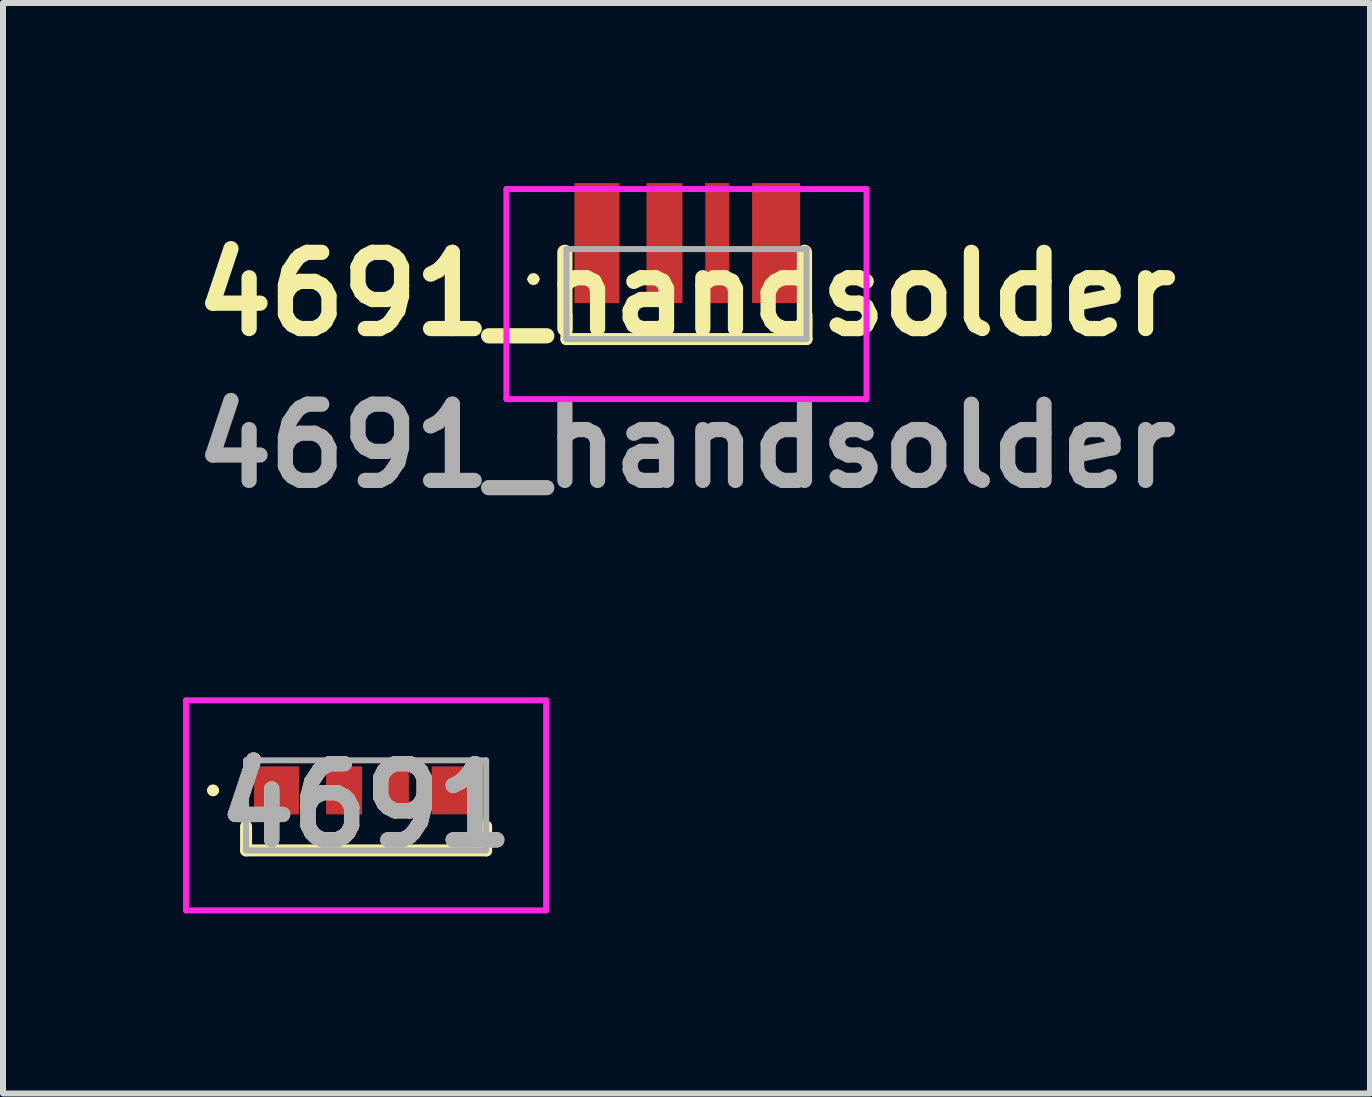
<source format=kicad_pcb>
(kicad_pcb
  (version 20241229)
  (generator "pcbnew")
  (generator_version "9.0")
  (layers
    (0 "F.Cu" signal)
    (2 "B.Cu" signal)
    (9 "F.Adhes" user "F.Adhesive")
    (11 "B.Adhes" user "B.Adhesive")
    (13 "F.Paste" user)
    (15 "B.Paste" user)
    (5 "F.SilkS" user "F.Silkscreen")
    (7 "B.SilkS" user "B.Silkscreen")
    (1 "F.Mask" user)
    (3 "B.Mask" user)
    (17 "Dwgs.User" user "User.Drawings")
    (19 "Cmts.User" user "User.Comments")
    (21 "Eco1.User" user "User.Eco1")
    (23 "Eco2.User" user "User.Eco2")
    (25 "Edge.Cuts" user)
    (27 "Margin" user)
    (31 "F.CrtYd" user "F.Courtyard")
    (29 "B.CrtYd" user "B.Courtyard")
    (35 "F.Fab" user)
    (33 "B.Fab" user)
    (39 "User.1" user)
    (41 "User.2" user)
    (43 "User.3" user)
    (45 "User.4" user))
  (footprint "4691_handsolder"
    (layer "F.Cu")
    (at 8.388 1.6)
    (property "Reference" "4691_handsolder" (at 0 0.25 0) (layer "F.SilkS") (effects (font (size 1.27 1.27) (thickness 0.254))))
    (attr smd)
    (fp_line (start -2.6 0) (end -2.6 0) (stroke (width 0.1) (type solid)) (layer "F.SilkS"))
    (fp_line (start -2.5 0) (end -2.5 0) (stroke (width 0.1) (type solid)) (layer "F.SilkS"))
    (fp_line (start -2 0.6) (end -2 1) (stroke (width 0.2) (type solid)) (layer "F.SilkS"))
    (fp_line (start -2 1) (end 2 1) (stroke (width 0.2) (type solid)) (layer "F.SilkS"))
    (fp_line (start 2 1) (end 2 0.6) (stroke (width 0.2) (type solid)) (layer "F.SilkS"))
    (fp_arc (start -2.6 0) (mid -2.55 -0.05) (end -2.5 0) (stroke (width 0.1) (type solid)) (layer "F.SilkS"))
    (fp_arc (start -2.5 0) (mid -2.55 0.05) (end -2.6 0) (stroke (width 0.1) (type solid)) (layer "F.SilkS"))
    (fp_line (start -3 -1.5) (end 3 -1.5) (stroke (width 0.1) (type solid)) (layer "F.CrtYd"))
    (fp_line (start -3 2) (end -3 -1.5) (stroke (width 0.1) (type solid)) (layer "F.CrtYd"))
    (fp_line (start 3 -1.5) (end 3 2) (stroke (width 0.1) (type solid)) (layer "F.CrtYd"))
    (fp_line (start 3 2) (end -3 2) (stroke (width 0.1) (type solid)) (layer "F.CrtYd"))
    (fp_line (start -2 -0.5) (end 2 -0.5) (stroke (width 0.1) (type solid)) (layer "F.Fab"))
    (fp_line (start -2 1) (end -2 -0.5) (stroke (width 0.1) (type solid)) (layer "F.Fab"))
    (fp_line (start 2 -0.5) (end 2 1) (stroke (width 0.1) (type solid)) (layer "F.Fab"))
    (fp_line (start 2 1) (end -2 1) (stroke (width 0.1) (type solid)) (layer "F.Fab"))
    (fp_text user "${REFERENCE}" (at 0 2.78 0) (layer "F.Fab") (effects (font (size 1.27 1.27) (thickness 0.254))))
    (pad "1" smd rect (at -1.492 -0.6) (size 0.75 2) (layers "F.Cu" "F.Mask" "F.Paste"))
    (pad "2" smd rect (at -0.367 -0.6) (size 0.6 2) (layers "F.Cu" "F.Mask" "F.Paste"))
    (pad "3" smd rect (at 0.513 -0.6) (size 0.4 2) (layers "F.Cu" "F.Mask" "F.Paste"))
    (pad "4" smd rect (at 1.493 -0.6) (size 0.8 2) (layers "F.Cu" "F.Mask" "F.Paste")))
  (footprint "4691"
    (layer "F.Cu")
    (at 3.05 10.119)
    (property "Reference" "4691" (at 0 0.25 0) (layer "F.SilkS") (effects (font (size 1.27 1.27) (thickness 0.254))))
    (attr smd)
    (fp_line (start -2.6 0) (end -2.6 0) (stroke (width 0.1) (type solid)) (layer "F.SilkS"))
    (fp_line (start -2.5 0) (end -2.5 0) (stroke (width 0.1) (type solid)) (layer "F.SilkS"))
    (fp_line (start -2 0.6) (end -2 1) (stroke (width 0.2) (type solid)) (layer "F.SilkS"))
    (fp_line (start -2 1) (end 2 1) (stroke (width 0.2) (type solid)) (layer "F.SilkS"))
    (fp_line (start 2 1) (end 2 0.6) (stroke (width 0.2) (type solid)) (layer "F.SilkS"))
    (fp_arc (start -2.6 0) (mid -2.55 -0.05) (end -2.5 0) (stroke (width 0.1) (type solid)) (layer "F.SilkS"))
    (fp_arc (start -2.5 0) (mid -2.55 0.05) (end -2.6 0) (stroke (width 0.1) (type solid)) (layer "F.SilkS"))
    (fp_line (start -3 -1.5) (end 3 -1.5) (stroke (width 0.1) (type solid)) (layer "F.CrtYd"))
    (fp_line (start -3 2) (end -3 -1.5) (stroke (width 0.1) (type solid)) (layer "F.CrtYd"))
    (fp_line (start 3 -1.5) (end 3 2) (stroke (width 0.1) (type solid)) (layer "F.CrtYd"))
    (fp_line (start 3 2) (end -3 2) (stroke (width 0.1) (type solid)) (layer "F.CrtYd"))
    (fp_line (start -2 -0.5) (end 2 -0.5) (stroke (width 0.1) (type solid)) (layer "F.Fab"))
    (fp_line (start -2 1) (end -2 -0.5) (stroke (width 0.1) (type solid)) (layer "F.Fab"))
    (fp_line (start 2 -0.5) (end 2 1) (stroke (width 0.1) (type solid)) (layer "F.Fab"))
    (fp_line (start 2 1) (end -2 1) (stroke (width 0.1) (type solid)) (layer "F.Fab"))
    (fp_text user "${REFERENCE}" (at 0 0.25 0) (layer "F.Fab") (effects (font (size 1.27 1.27) (thickness 0.254))))
    (pad "1" smd rect (at -1.492 0) (size 0.75 0.8) (layers "F.Cu" "F.Mask" "F.Paste"))
    (pad "2" smd rect (at -0.367 0) (size 0.6 0.8) (layers "F.Cu" "F.Mask" "F.Paste"))
    (pad "3" smd rect (at 0.513 0) (size 0.4 0.8) (layers "F.Cu" "F.Mask" "F.Paste"))
    (pad "4" smd rect (at 1.493 0) (size 0.8 0.8) (layers "F.Cu" "F.Mask" "F.Paste")))
  (gr_rect
    (start -3 -3)
    (end 19.776 15.169)
    (stroke (width 0.1) (type default))
    (fill no)
    (layer "Edge.Cuts")))
</source>
